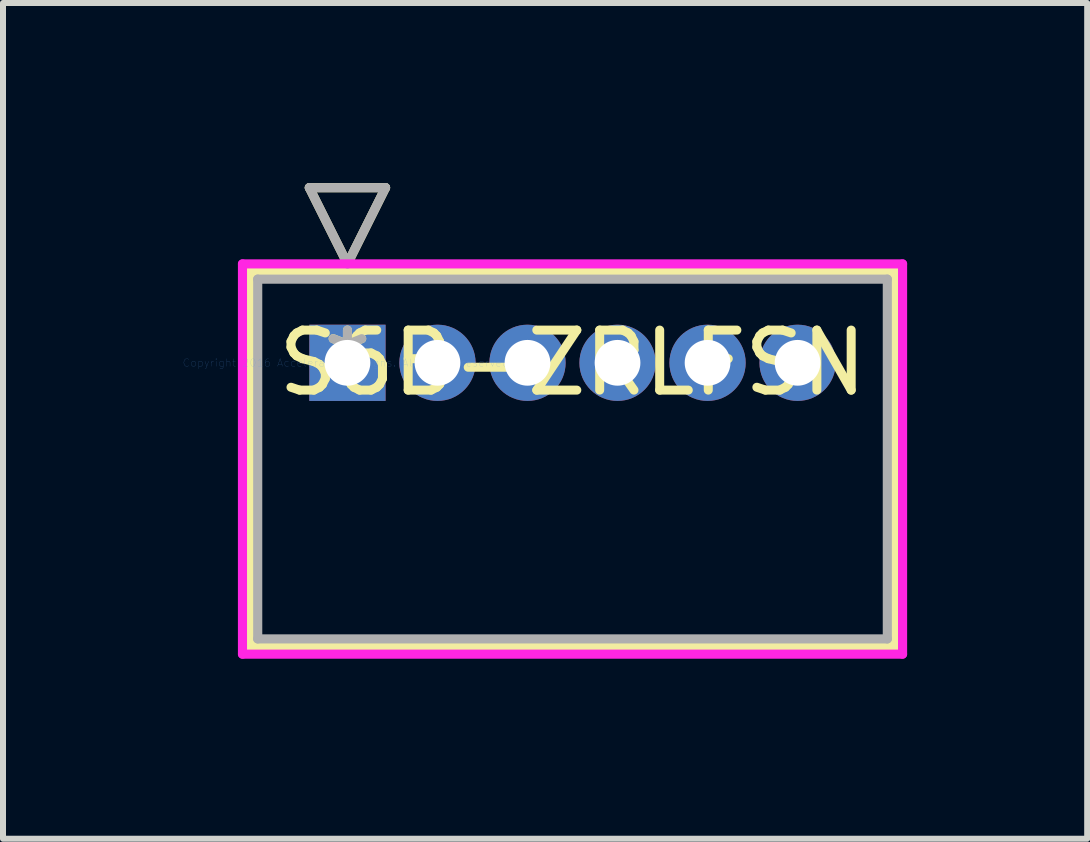
<source format=kicad_pcb>
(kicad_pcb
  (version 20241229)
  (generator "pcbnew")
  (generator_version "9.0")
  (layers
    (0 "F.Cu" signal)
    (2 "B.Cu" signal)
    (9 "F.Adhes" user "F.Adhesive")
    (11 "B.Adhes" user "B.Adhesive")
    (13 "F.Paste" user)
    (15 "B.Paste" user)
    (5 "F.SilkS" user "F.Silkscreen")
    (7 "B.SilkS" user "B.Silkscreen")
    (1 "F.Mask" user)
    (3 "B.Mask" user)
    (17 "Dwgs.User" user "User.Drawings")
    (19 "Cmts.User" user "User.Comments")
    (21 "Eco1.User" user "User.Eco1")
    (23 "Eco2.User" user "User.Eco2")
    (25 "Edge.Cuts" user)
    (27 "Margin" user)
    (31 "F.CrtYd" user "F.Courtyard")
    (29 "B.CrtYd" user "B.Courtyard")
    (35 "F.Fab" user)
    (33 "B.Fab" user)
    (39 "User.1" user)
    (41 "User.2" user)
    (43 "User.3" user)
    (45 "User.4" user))
  (footprint "S6B-ZRLFSN"
    (layer "F.Cu")
    (at 2.739 2.995)
    (property "Reference" "S6B-ZRLFSN" (at 3.75 0 0) (layer "F.SilkS") (effects (font (size 1 1) (thickness 0.15))))
    (attr through_hole)
    (fp_line (start -1.622 -1.521) (end -1.622 4.727) (stroke (width 0.152) (type solid)) (layer "F.SilkS"))
    (fp_line (start -1.622 4.727) (end 9.122 4.727) (stroke (width 0.152) (type solid)) (layer "F.SilkS"))
    (fp_line (start -0.635 -2.918) (end 0.635 -2.918) (stroke (width 0.152) (type solid)) (layer "F.SilkS"))
    (fp_line (start 0 -1.648) (end -0.635 -2.918) (stroke (width 0.152) (type solid)) (layer "F.SilkS"))
    (fp_line (start 0.635 -2.918) (end 0 -1.648) (stroke (width 0.152) (type solid)) (layer "F.SilkS"))
    (fp_line (start 9.122 -1.521) (end -1.622 -1.521) (stroke (width 0.152) (type solid)) (layer "F.SilkS"))
    (fp_line (start 9.122 4.727) (end 9.122 -1.521) (stroke (width 0.152) (type solid)) (layer "F.SilkS"))
    (fp_line (start -1.749 -1.648) (end -1.749 4.854) (stroke (width 0.152) (type solid)) (layer "F.CrtYd"))
    (fp_line (start -1.749 4.854) (end 9.249 4.854) (stroke (width 0.152) (type solid)) (layer "F.CrtYd"))
    (fp_line (start 9.249 -1.648) (end -1.749 -1.648) (stroke (width 0.152) (type solid)) (layer "F.CrtYd"))
    (fp_line (start 9.249 4.854) (end 9.249 -1.648) (stroke (width 0.152) (type solid)) (layer "F.CrtYd"))
    (fp_line (start -1.495 -1.394) (end -1.495 4.6) (stroke (width 0.152) (type solid)) (layer "F.Fab"))
    (fp_line (start -1.495 4.6) (end 8.995 4.6) (stroke (width 0.152) (type solid)) (layer "F.Fab"))
    (fp_line (start -0.635 -2.918) (end 0.635 -2.918) (stroke (width 0.152) (type solid)) (layer "F.Fab"))
    (fp_line (start 0 -1.648) (end -0.635 -2.918) (stroke (width 0.152) (type solid)) (layer "F.Fab"))
    (fp_line (start 0.635 -2.918) (end 0 -1.648) (stroke (width 0.152) (type solid)) (layer "F.Fab"))
    (fp_line (start 8.995 -1.394) (end -1.495 -1.394) (stroke (width 0.152) (type solid)) (layer "F.Fab"))
    (fp_line (start 8.995 4.6) (end 8.995 -1.394) (stroke (width 0.152) (type solid)) (layer "F.Fab"))
    (fp_text user "*" (at 0 0 0) (layer "F.SilkS") (effects (font (size 1 1) (thickness 0.15))))
    (fp_text user "Copyright 2016 Accelerated Designs. All rights reserved." (at 0 0 0) (layer "Cmts.User") (effects (font (size 0.127 0.127) (thickness 0.002))))
    (fp_text user "*" (at 0 0 0) (layer "F.Fab") (effects (font (size 1 1) (thickness 0.15))))
    (pad "1" thru_hole rect (at 0 0) (size 1.27 1.27) (drill 0.762) (layers "*.Cu" "*.Mask"))
    (pad "2" thru_hole circle (at 1.5 0) (size 1.27 1.27) (drill 0.762) (layers "*.Cu" "*.Mask"))
    (pad "3" thru_hole circle (at 3 0) (size 1.27 1.27) (drill 0.762) (layers "*.Cu" "*.Mask"))
    (pad "4" thru_hole circle (at 4.5 0) (size 1.27 1.27) (drill 0.762) (layers "*.Cu" "*.Mask"))
    (pad "5" thru_hole circle (at 6 0) (size 1.27 1.27) (drill 0.762) (layers "*.Cu" "*.Mask"))
    (pad "6" thru_hole circle (at 7.5 0) (size 1.27 1.27) (drill 0.762) (layers "*.Cu" "*.Mask")))
  (gr_rect
    (start -3 -3)
    (end 15.064 10.925)
    (stroke (width 0.1) (type default))
    (fill no)
    (layer "Edge.Cuts")))
</source>
